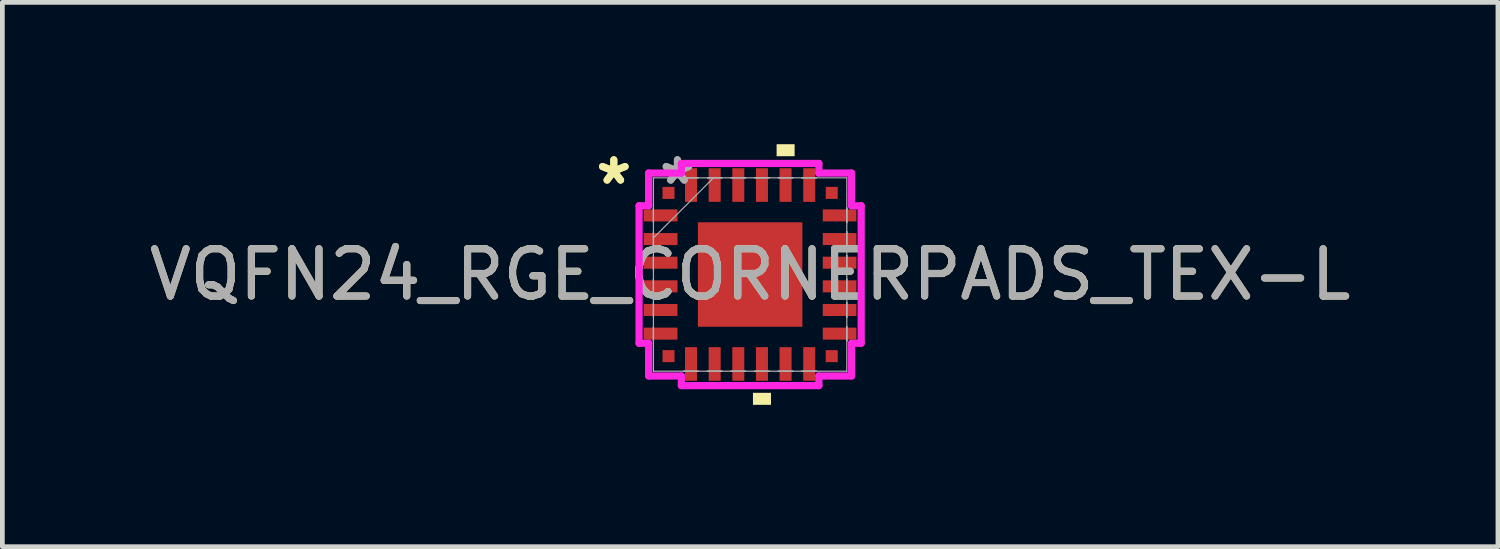
<source format=kicad_pcb>
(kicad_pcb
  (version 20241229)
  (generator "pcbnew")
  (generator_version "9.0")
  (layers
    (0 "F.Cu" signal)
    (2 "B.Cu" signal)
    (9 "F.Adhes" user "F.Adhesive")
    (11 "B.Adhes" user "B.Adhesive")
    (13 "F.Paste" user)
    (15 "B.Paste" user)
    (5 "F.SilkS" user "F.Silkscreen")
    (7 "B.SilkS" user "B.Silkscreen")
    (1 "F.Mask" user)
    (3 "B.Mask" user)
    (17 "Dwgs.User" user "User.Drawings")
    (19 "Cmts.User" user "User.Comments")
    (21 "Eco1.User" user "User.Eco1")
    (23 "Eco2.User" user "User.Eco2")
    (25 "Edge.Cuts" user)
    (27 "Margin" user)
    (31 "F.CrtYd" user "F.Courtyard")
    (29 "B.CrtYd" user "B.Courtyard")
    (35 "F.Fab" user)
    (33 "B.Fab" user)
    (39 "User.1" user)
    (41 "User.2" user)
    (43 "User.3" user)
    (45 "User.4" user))
  (footprint "VQFN24_RGE_CORNERPADS_TEX-L"
    (layer "F.Cu")
    (at 12.815 2.756)
    (property "Reference" "VQFN24_RGE_CORNERPADS_TEX-L" (at 0 0 0) (unlocked yes) (layer "F.SilkS") (effects (font (size 1 1) (thickness 0.15))))
    (attr smd)
    (fp_poly (pts (xy 0.06 2.502) (xy 0.06 2.756) (xy 0.441 2.756) (xy 0.441 2.502)) (stroke (width 0) (type solid)) (fill yes) (layer "F.SilkS"))
    (fp_poly (pts (xy 0.56 -2.502) (xy 0.56 -2.756) (xy 0.941 -2.756) (xy 0.941 -2.502)) (stroke (width 0) (type solid)) (fill yes) (layer "F.SilkS"))
    (fp_line (start -2.349 -1.454) (end -2.146 -1.454) (stroke (width 0.152) (type solid)) (layer "F.CrtYd"))
    (fp_line (start -2.349 1.454) (end -2.349 -1.454) (stroke (width 0.152) (type solid)) (layer "F.CrtYd"))
    (fp_line (start -2.349 1.454) (end -2.146 1.454) (stroke (width 0.152) (type solid)) (layer "F.CrtYd"))
    (fp_line (start -2.146 -2.146) (end -1.454 -2.146) (stroke (width 0.152) (type solid)) (layer "F.CrtYd"))
    (fp_line (start -2.146 -1.454) (end -2.146 -2.146) (stroke (width 0.152) (type solid)) (layer "F.CrtYd"))
    (fp_line (start -2.146 2.146) (end -2.146 1.454) (stroke (width 0.152) (type solid)) (layer "F.CrtYd"))
    (fp_line (start -1.454 -2.349) (end 1.454 -2.349) (stroke (width 0.152) (type solid)) (layer "F.CrtYd"))
    (fp_line (start -1.454 -2.146) (end -1.454 -2.349) (stroke (width 0.152) (type solid)) (layer "F.CrtYd"))
    (fp_line (start -1.454 2.146) (end -2.146 2.146) (stroke (width 0.152) (type solid)) (layer "F.CrtYd"))
    (fp_line (start -1.454 2.349) (end -1.454 2.146) (stroke (width 0.152) (type solid)) (layer "F.CrtYd"))
    (fp_line (start 1.454 -2.349) (end 1.454 -2.146) (stroke (width 0.152) (type solid)) (layer "F.CrtYd"))
    (fp_line (start 1.454 -2.146) (end 2.146 -2.146) (stroke (width 0.152) (type solid)) (layer "F.CrtYd"))
    (fp_line (start 1.454 2.146) (end 1.454 2.349) (stroke (width 0.152) (type solid)) (layer "F.CrtYd"))
    (fp_line (start 1.454 2.349) (end -1.454 2.349) (stroke (width 0.152) (type solid)) (layer "F.CrtYd"))
    (fp_line (start 2.146 -2.146) (end 2.146 -1.454) (stroke (width 0.152) (type solid)) (layer "F.CrtYd"))
    (fp_line (start 2.146 -1.454) (end 2.349 -1.454) (stroke (width 0.152) (type solid)) (layer "F.CrtYd"))
    (fp_line (start 2.146 1.454) (end 2.146 2.146) (stroke (width 0.152) (type solid)) (layer "F.CrtYd"))
    (fp_line (start 2.146 2.146) (end 1.454 2.146) (stroke (width 0.152) (type solid)) (layer "F.CrtYd"))
    (fp_line (start 2.349 -1.454) (end 2.349 1.454) (stroke (width 0.152) (type solid)) (layer "F.CrtYd"))
    (fp_line (start 2.349 1.454) (end 2.146 1.454) (stroke (width 0.152) (type solid)) (layer "F.CrtYd"))
    (fp_line (start -2.045 -2.045) (end -2.045 2.045) (stroke (width 0.025) (type solid)) (layer "F.Fab"))
    (fp_line (start -2.045 -1.403) (end -2.045 -1.403) (stroke (width 0.025) (type solid)) (layer "F.Fab"))
    (fp_line (start -2.045 -1.403) (end -2.045 -1.098) (stroke (width 0.025) (type solid)) (layer "F.Fab"))
    (fp_line (start -2.045 -1.098) (end -2.045 -1.403) (stroke (width 0.025) (type solid)) (layer "F.Fab"))
    (fp_line (start -2.045 -1.098) (end -2.045 -1.098) (stroke (width 0.025) (type solid)) (layer "F.Fab"))
    (fp_line (start -2.045 -0.903) (end -2.045 -0.903) (stroke (width 0.025) (type solid)) (layer "F.Fab"))
    (fp_line (start -2.045 -0.903) (end -2.045 -0.598) (stroke (width 0.025) (type solid)) (layer "F.Fab"))
    (fp_line (start -2.045 -0.775) (end -0.775 -2.045) (stroke (width 0.025) (type solid)) (layer "F.Fab"))
    (fp_line (start -2.045 -0.598) (end -2.045 -0.903) (stroke (width 0.025) (type solid)) (layer "F.Fab"))
    (fp_line (start -2.045 -0.598) (end -2.045 -0.598) (stroke (width 0.025) (type solid)) (layer "F.Fab"))
    (fp_line (start -2.045 -0.402) (end -2.045 -0.402) (stroke (width 0.025) (type solid)) (layer "F.Fab"))
    (fp_line (start -2.045 -0.402) (end -2.045 -0.098) (stroke (width 0.025) (type solid)) (layer "F.Fab"))
    (fp_line (start -2.045 -0.098) (end -2.045 -0.402) (stroke (width 0.025) (type solid)) (layer "F.Fab"))
    (fp_line (start -2.045 -0.098) (end -2.045 -0.098) (stroke (width 0.025) (type solid)) (layer "F.Fab"))
    (fp_line (start -2.045 0.098) (end -2.045 0.098) (stroke (width 0.025) (type solid)) (layer "F.Fab"))
    (fp_line (start -2.045 0.098) (end -2.045 0.402) (stroke (width 0.025) (type solid)) (layer "F.Fab"))
    (fp_line (start -2.045 0.402) (end -2.045 0.098) (stroke (width 0.025) (type solid)) (layer "F.Fab"))
    (fp_line (start -2.045 0.402) (end -2.045 0.402) (stroke (width 0.025) (type solid)) (layer "F.Fab"))
    (fp_line (start -2.045 0.598) (end -2.045 0.598) (stroke (width 0.025) (type solid)) (layer "F.Fab"))
    (fp_line (start -2.045 0.598) (end -2.045 0.903) (stroke (width 0.025) (type solid)) (layer "F.Fab"))
    (fp_line (start -2.045 0.903) (end -2.045 0.598) (stroke (width 0.025) (type solid)) (layer "F.Fab"))
    (fp_line (start -2.045 0.903) (end -2.045 0.903) (stroke (width 0.025) (type solid)) (layer "F.Fab"))
    (fp_line (start -2.045 1.098) (end -2.045 1.098) (stroke (width 0.025) (type solid)) (layer "F.Fab"))
    (fp_line (start -2.045 1.098) (end -2.045 1.403) (stroke (width 0.025) (type solid)) (layer "F.Fab"))
    (fp_line (start -2.045 1.403) (end -2.045 1.098) (stroke (width 0.025) (type solid)) (layer "F.Fab"))
    (fp_line (start -2.045 1.403) (end -2.045 1.403) (stroke (width 0.025) (type solid)) (layer "F.Fab"))
    (fp_line (start -2.045 2.045) (end 2.045 2.045) (stroke (width 0.025) (type solid)) (layer "F.Fab"))
    (fp_line (start -1.403 -2.045) (end -1.403 -2.045) (stroke (width 0.025) (type solid)) (layer "F.Fab"))
    (fp_line (start -1.403 -2.045) (end -1.098 -2.045) (stroke (width 0.025) (type solid)) (layer "F.Fab"))
    (fp_line (start -1.403 2.045) (end -1.403 2.045) (stroke (width 0.025) (type solid)) (layer "F.Fab"))
    (fp_line (start -1.403 2.045) (end -1.098 2.045) (stroke (width 0.025) (type solid)) (layer "F.Fab"))
    (fp_line (start -1.098 -2.045) (end -1.403 -2.045) (stroke (width 0.025) (type solid)) (layer "F.Fab"))
    (fp_line (start -1.098 -2.045) (end -1.098 -2.045) (stroke (width 0.025) (type solid)) (layer "F.Fab"))
    (fp_line (start -1.098 2.045) (end -1.403 2.045) (stroke (width 0.025) (type solid)) (layer "F.Fab"))
    (fp_line (start -1.098 2.045) (end -1.098 2.045) (stroke (width 0.025) (type solid)) (layer "F.Fab"))
    (fp_line (start -0.903 -2.045) (end -0.903 -2.045) (stroke (width 0.025) (type solid)) (layer "F.Fab"))
    (fp_line (start -0.903 -2.045) (end -0.598 -2.045) (stroke (width 0.025) (type solid)) (layer "F.Fab"))
    (fp_line (start -0.903 2.045) (end -0.903 2.045) (stroke (width 0.025) (type solid)) (layer "F.Fab"))
    (fp_line (start -0.903 2.045) (end -0.598 2.045) (stroke (width 0.025) (type solid)) (layer "F.Fab"))
    (fp_line (start -0.598 -2.045) (end -0.903 -2.045) (stroke (width 0.025) (type solid)) (layer "F.Fab"))
    (fp_line (start -0.598 -2.045) (end -0.598 -2.045) (stroke (width 0.025) (type solid)) (layer "F.Fab"))
    (fp_line (start -0.598 2.045) (end -0.903 2.045) (stroke (width 0.025) (type solid)) (layer "F.Fab"))
    (fp_line (start -0.598 2.045) (end -0.598 2.045) (stroke (width 0.025) (type solid)) (layer "F.Fab"))
    (fp_line (start -0.402 -2.045) (end -0.402 -2.045) (stroke (width 0.025) (type solid)) (layer "F.Fab"))
    (fp_line (start -0.402 -2.045) (end -0.098 -2.045) (stroke (width 0.025) (type solid)) (layer "F.Fab"))
    (fp_line (start -0.402 2.045) (end -0.402 2.045) (stroke (width 0.025) (type solid)) (layer "F.Fab"))
    (fp_line (start -0.402 2.045) (end -0.098 2.045) (stroke (width 0.025) (type solid)) (layer "F.Fab"))
    (fp_line (start -0.098 -2.045) (end -0.402 -2.045) (stroke (width 0.025) (type solid)) (layer "F.Fab"))
    (fp_line (start -0.098 -2.045) (end -0.098 -2.045) (stroke (width 0.025) (type solid)) (layer "F.Fab"))
    (fp_line (start -0.098 2.045) (end -0.402 2.045) (stroke (width 0.025) (type solid)) (layer "F.Fab"))
    (fp_line (start -0.098 2.045) (end -0.098 2.045) (stroke (width 0.025) (type solid)) (layer "F.Fab"))
    (fp_line (start 0.098 -2.045) (end 0.098 -2.045) (stroke (width 0.025) (type solid)) (layer "F.Fab"))
    (fp_line (start 0.098 -2.045) (end 0.402 -2.045) (stroke (width 0.025) (type solid)) (layer "F.Fab"))
    (fp_line (start 0.098 2.045) (end 0.098 2.045) (stroke (width 0.025) (type solid)) (layer "F.Fab"))
    (fp_line (start 0.098 2.045) (end 0.402 2.045) (stroke (width 0.025) (type solid)) (layer "F.Fab"))
    (fp_line (start 0.402 -2.045) (end 0.098 -2.045) (stroke (width 0.025) (type solid)) (layer "F.Fab"))
    (fp_line (start 0.402 -2.045) (end 0.402 -2.045) (stroke (width 0.025) (type solid)) (layer "F.Fab"))
    (fp_line (start 0.402 2.045) (end 0.098 2.045) (stroke (width 0.025) (type solid)) (layer "F.Fab"))
    (fp_line (start 0.402 2.045) (end 0.402 2.045) (stroke (width 0.025) (type solid)) (layer "F.Fab"))
    (fp_line (start 0.598 -2.045) (end 0.598 -2.045) (stroke (width 0.025) (type solid)) (layer "F.Fab"))
    (fp_line (start 0.598 -2.045) (end 0.903 -2.045) (stroke (width 0.025) (type solid)) (layer "F.Fab"))
    (fp_line (start 0.598 2.045) (end 0.598 2.045) (stroke (width 0.025) (type solid)) (layer "F.Fab"))
    (fp_line (start 0.598 2.045) (end 0.903 2.045) (stroke (width 0.025) (type solid)) (layer "F.Fab"))
    (fp_line (start 0.903 -2.045) (end 0.598 -2.045) (stroke (width 0.025) (type solid)) (layer "F.Fab"))
    (fp_line (start 0.903 -2.045) (end 0.903 -2.045) (stroke (width 0.025) (type solid)) (layer "F.Fab"))
    (fp_line (start 0.903 2.045) (end 0.598 2.045) (stroke (width 0.025) (type solid)) (layer "F.Fab"))
    (fp_line (start 0.903 2.045) (end 0.903 2.045) (stroke (width 0.025) (type solid)) (layer "F.Fab"))
    (fp_line (start 1.098 -2.045) (end 1.098 -2.045) (stroke (width 0.025) (type solid)) (layer "F.Fab"))
    (fp_line (start 1.098 -2.045) (end 1.403 -2.045) (stroke (width 0.025) (type solid)) (layer "F.Fab"))
    (fp_line (start 1.098 2.045) (end 1.098 2.045) (stroke (width 0.025) (type solid)) (layer "F.Fab"))
    (fp_line (start 1.098 2.045) (end 1.403 2.045) (stroke (width 0.025) (type solid)) (layer "F.Fab"))
    (fp_line (start 1.403 -2.045) (end 1.098 -2.045) (stroke (width 0.025) (type solid)) (layer "F.Fab"))
    (fp_line (start 1.403 -2.045) (end 1.403 -2.045) (stroke (width 0.025) (type solid)) (layer "F.Fab"))
    (fp_line (start 1.403 2.045) (end 1.098 2.045) (stroke (width 0.025) (type solid)) (layer "F.Fab"))
    (fp_line (start 1.403 2.045) (end 1.403 2.045) (stroke (width 0.025) (type solid)) (layer "F.Fab"))
    (fp_line (start 2.045 -2.045) (end -2.045 -2.045) (stroke (width 0.025) (type solid)) (layer "F.Fab"))
    (fp_line (start 2.045 -1.403) (end 2.045 -1.403) (stroke (width 0.025) (type solid)) (layer "F.Fab"))
    (fp_line (start 2.045 -1.403) (end 2.045 -1.098) (stroke (width 0.025) (type solid)) (layer "F.Fab"))
    (fp_line (start 2.045 -1.098) (end 2.045 -1.403) (stroke (width 0.025) (type solid)) (layer "F.Fab"))
    (fp_line (start 2.045 -1.098) (end 2.045 -1.098) (stroke (width 0.025) (type solid)) (layer "F.Fab"))
    (fp_line (start 2.045 -0.903) (end 2.045 -0.903) (stroke (width 0.025) (type solid)) (layer "F.Fab"))
    (fp_line (start 2.045 -0.903) (end 2.045 -0.598) (stroke (width 0.025) (type solid)) (layer "F.Fab"))
    (fp_line (start 2.045 -0.598) (end 2.045 -0.903) (stroke (width 0.025) (type solid)) (layer "F.Fab"))
    (fp_line (start 2.045 -0.598) (end 2.045 -0.598) (stroke (width 0.025) (type solid)) (layer "F.Fab"))
    (fp_line (start 2.045 -0.402) (end 2.045 -0.402) (stroke (width 0.025) (type solid)) (layer "F.Fab"))
    (fp_line (start 2.045 -0.402) (end 2.045 -0.098) (stroke (width 0.025) (type solid)) (layer "F.Fab"))
    (fp_line (start 2.045 -0.098) (end 2.045 -0.402) (stroke (width 0.025) (type solid)) (layer "F.Fab"))
    (fp_line (start 2.045 -0.098) (end 2.045 -0.098) (stroke (width 0.025) (type solid)) (layer "F.Fab"))
    (fp_line (start 2.045 0.098) (end 2.045 0.098) (stroke (width 0.025) (type solid)) (layer "F.Fab"))
    (fp_line (start 2.045 0.098) (end 2.045 0.402) (stroke (width 0.025) (type solid)) (layer "F.Fab"))
    (fp_line (start 2.045 0.402) (end 2.045 0.098) (stroke (width 0.025) (type solid)) (layer "F.Fab"))
    (fp_line (start 2.045 0.402) (end 2.045 0.402) (stroke (width 0.025) (type solid)) (layer "F.Fab"))
    (fp_line (start 2.045 0.598) (end 2.045 0.598) (stroke (width 0.025) (type solid)) (layer "F.Fab"))
    (fp_line (start 2.045 0.598) (end 2.045 0.903) (stroke (width 0.025) (type solid)) (layer "F.Fab"))
    (fp_line (start 2.045 0.903) (end 2.045 0.598) (stroke (width 0.025) (type solid)) (layer "F.Fab"))
    (fp_line (start 2.045 0.903) (end 2.045 0.903) (stroke (width 0.025) (type solid)) (layer "F.Fab"))
    (fp_line (start 2.045 1.098) (end 2.045 1.098) (stroke (width 0.025) (type solid)) (layer "F.Fab"))
    (fp_line (start 2.045 1.098) (end 2.045 1.403) (stroke (width 0.025) (type solid)) (layer "F.Fab"))
    (fp_line (start 2.045 1.403) (end 2.045 1.098) (stroke (width 0.025) (type solid)) (layer "F.Fab"))
    (fp_line (start 2.045 1.403) (end 2.045 1.403) (stroke (width 0.025) (type solid)) (layer "F.Fab"))
    (fp_line (start 2.045 2.045) (end 2.045 -2.045) (stroke (width 0.025) (type solid)) (layer "F.Fab"))
    (fp_text user "*" (at -2.883 -1.881 0) (unlocked yes) (layer "F.SilkS") (effects (font (size 1 1) (thickness 0.15))))
    (fp_text user "*" (at -2.883 -1.881 0) (layer "F.SilkS") (effects (font (size 1 1) (thickness 0.15))))
    (fp_text user "${REFERENCE}" (at 0 0 0) (unlocked yes) (layer "F.Fab") (effects (font (size 1 1) (thickness 0.15))))
    (fp_text user "*" (at -1.537 -1.881 0) (unlocked yes) (layer "F.Fab") (effects (font (size 1 1) (thickness 0.15))))
    (fp_text user "*" (at -1.537 -1.881 0) (layer "F.Fab") (effects (font (size 1 1) (thickness 0.15))))
    (pad "1" smd rect (at -1.892 -1.25 90) (size 0.254 0.711) (layers "F.Cu" "F.Mask" "F.Paste"))
    (pad "2" smd rect (at -1.892 -0.75 90) (size 0.254 0.711) (layers "F.Cu" "F.Mask" "F.Paste"))
    (pad "3" smd rect (at -1.892 -0.25 90) (size 0.254 0.711) (layers "F.Cu" "F.Mask" "F.Paste"))
    (pad "4" smd rect (at -1.892 0.25 90) (size 0.254 0.711) (layers "F.Cu" "F.Mask" "F.Paste"))
    (pad "5" smd rect (at -1.892 0.75 90) (size 0.254 0.711) (layers "F.Cu" "F.Mask" "F.Paste"))
    (pad "6" smd rect (at -1.892 1.25 90) (size 0.254 0.711) (layers "F.Cu" "F.Mask" "F.Paste"))
    (pad "7" smd rect (at -1.25 1.892) (size 0.254 0.711) (layers "F.Cu" "F.Mask" "F.Paste"))
    (pad "8" smd rect (at -0.75 1.892) (size 0.254 0.711) (layers "F.Cu" "F.Mask" "F.Paste"))
    (pad "9" smd rect (at -0.25 1.892) (size 0.254 0.711) (layers "F.Cu" "F.Mask" "F.Paste"))
    (pad "10" smd rect (at 0.25 1.892) (size 0.254 0.711) (layers "F.Cu" "F.Mask" "F.Paste"))
    (pad "11" smd rect (at 0.75 1.892) (size 0.254 0.711) (layers "F.Cu" "F.Mask" "F.Paste"))
    (pad "12" smd rect (at 1.25 1.892) (size 0.254 0.711) (layers "F.Cu" "F.Mask" "F.Paste"))
    (pad "13" smd rect (at 1.892 1.25 90) (size 0.254 0.711) (layers "F.Cu" "F.Mask" "F.Paste"))
    (pad "14" smd rect (at 1.892 0.75 90) (size 0.254 0.711) (layers "F.Cu" "F.Mask" "F.Paste"))
    (pad "15" smd rect (at 1.892 0.25 90) (size 0.254 0.711) (layers "F.Cu" "F.Mask" "F.Paste"))
    (pad "16" smd rect (at 1.892 -0.25 90) (size 0.254 0.711) (layers "F.Cu" "F.Mask" "F.Paste"))
    (pad "17" smd rect (at 1.892 -0.75 90) (size 0.254 0.711) (layers "F.Cu" "F.Mask" "F.Paste"))
    (pad "18" smd rect (at 1.892 -1.25 90) (size 0.254 0.711) (layers "F.Cu" "F.Mask" "F.Paste"))
    (pad "19" smd rect (at 1.25 -1.892) (size 0.254 0.711) (layers "F.Cu" "F.Mask" "F.Paste"))
    (pad "20" smd rect (at 0.75 -1.892) (size 0.254 0.711) (layers "F.Cu" "F.Mask" "F.Paste"))
    (pad "21" smd rect (at 0.25 -1.892) (size 0.254 0.711) (layers "F.Cu" "F.Mask" "F.Paste"))
    (pad "22" smd rect (at -0.25 -1.892) (size 0.254 0.711) (layers "F.Cu" "F.Mask" "F.Paste"))
    (pad "23" smd rect (at -0.75 -1.892) (size 0.254 0.711) (layers "F.Cu" "F.Mask" "F.Paste"))
    (pad "24" smd rect (at -1.25 -1.892) (size 0.254 0.711) (layers "F.Cu" "F.Mask" "F.Paste"))
    (pad "29" smd rect (at 0 0) (size 2.21 2.21) (layers "F.Cu" "F.Mask" "F.Paste"))
    (pad "A1" smd rect (at -1.726 -1.726) (size 0.254 0.254) (layers "F.Cu" "F.Mask" "F.Paste"))
    (pad "A2" smd rect (at -1.726 1.726) (size 0.254 0.254) (layers "F.Cu" "F.Mask" "F.Paste"))
    (pad "A3" smd rect (at 1.726 1.726) (size 0.254 0.254) (layers "F.Cu" "F.Mask" "F.Paste"))
    (pad "A4" smd rect (at 1.726 -1.726) (size 0.254 0.254) (layers "F.Cu" "F.Mask" "F.Paste")))
  (gr_rect
    (start -3 -3)
    (end 28.631 8.512)
    (stroke (width 0.1) (type default))
    (fill no)
    (layer "Edge.Cuts")))
</source>
